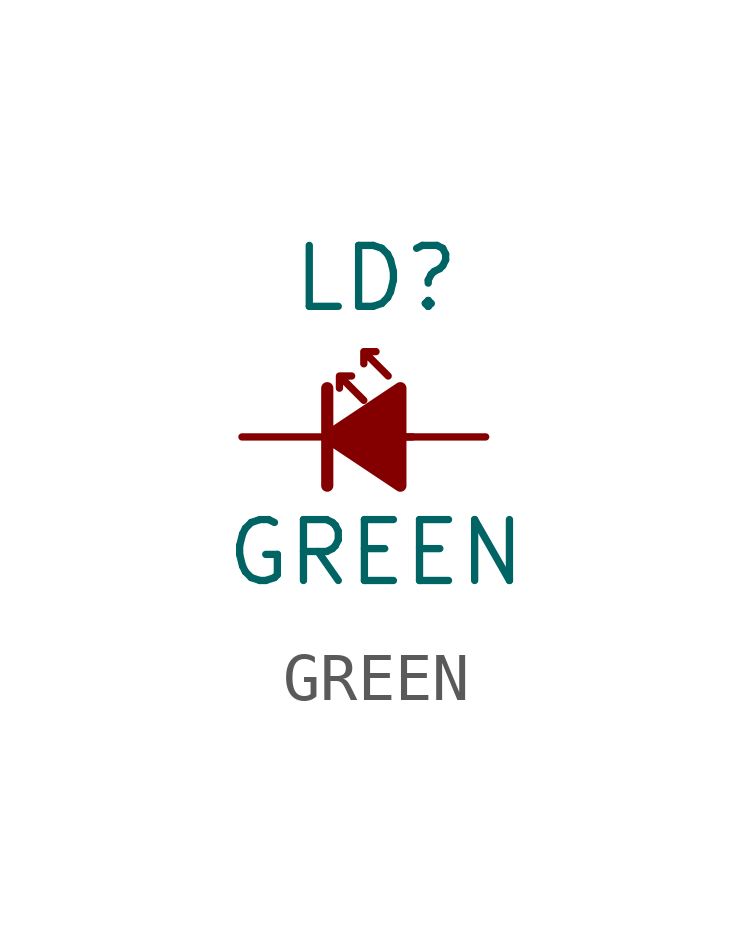
<source format=kicad_sym>
(kicad_symbol_lib
  (version 20241209)
  (generator "kicad_symbol_editor")
  (generator_version "9.0")
  (symbol "GREEN"
    (pin_numbers
      (hide yes))
    (pin_names
      (offset 0)
      (hide yes))
    (property "Reference" "LD"
      (at 0 3.302 0)
      (effects (font (size 1.27 1.27))))
    (property "Value" "GREEN"
      (at 0 -2.413 0)
      (effects (font (size 1.27 1.27))))
    (symbol "GREEN_1_1"
      (polyline (pts (xy -1.016 -1.016) (xy -1.016 1.016)) (stroke (width 0.254) (type solid)) (fill (type none)))
      (polyline (pts (xy -0.254 0.762) (xy -0.762 1.27) (xy -0.508 1.27) (xy -0.762 1.27) (xy -0.762 1.016)) (stroke (width 0) (type solid)) (fill (type none)))
      (polyline (pts (xy 0.254 1.27) (xy -0.254 1.778) (xy 0 1.778) (xy -0.254 1.778) (xy -0.254 1.524)) (stroke (width 0) (type solid)) (fill (type none)))
      (polyline (pts (xy 0.508 -1.016) (xy -1.016 0) (xy 0.508 1.016) (xy 0.508 -1.016)) (stroke (width 0.254) (type solid)) (fill (type outline)))
      (polyline (pts (xy 0.762 0) (xy -1.016 0)) (stroke (width 0) (type solid)) (fill (type none)))
      (pin passive line (at -2.794 0 0) (length 1.778) (name "K" (effects (font (size 1.27 1.27)))) (number "1" (effects (font (size 1.27 1.27)))))
      (pin passive line (at 2.286 0 180) (length 1.778) (name "A" (effects (font (size 1.27 1.27)))) (number "2" (effects (font (size 1.27 1.27))))))))
</source>
